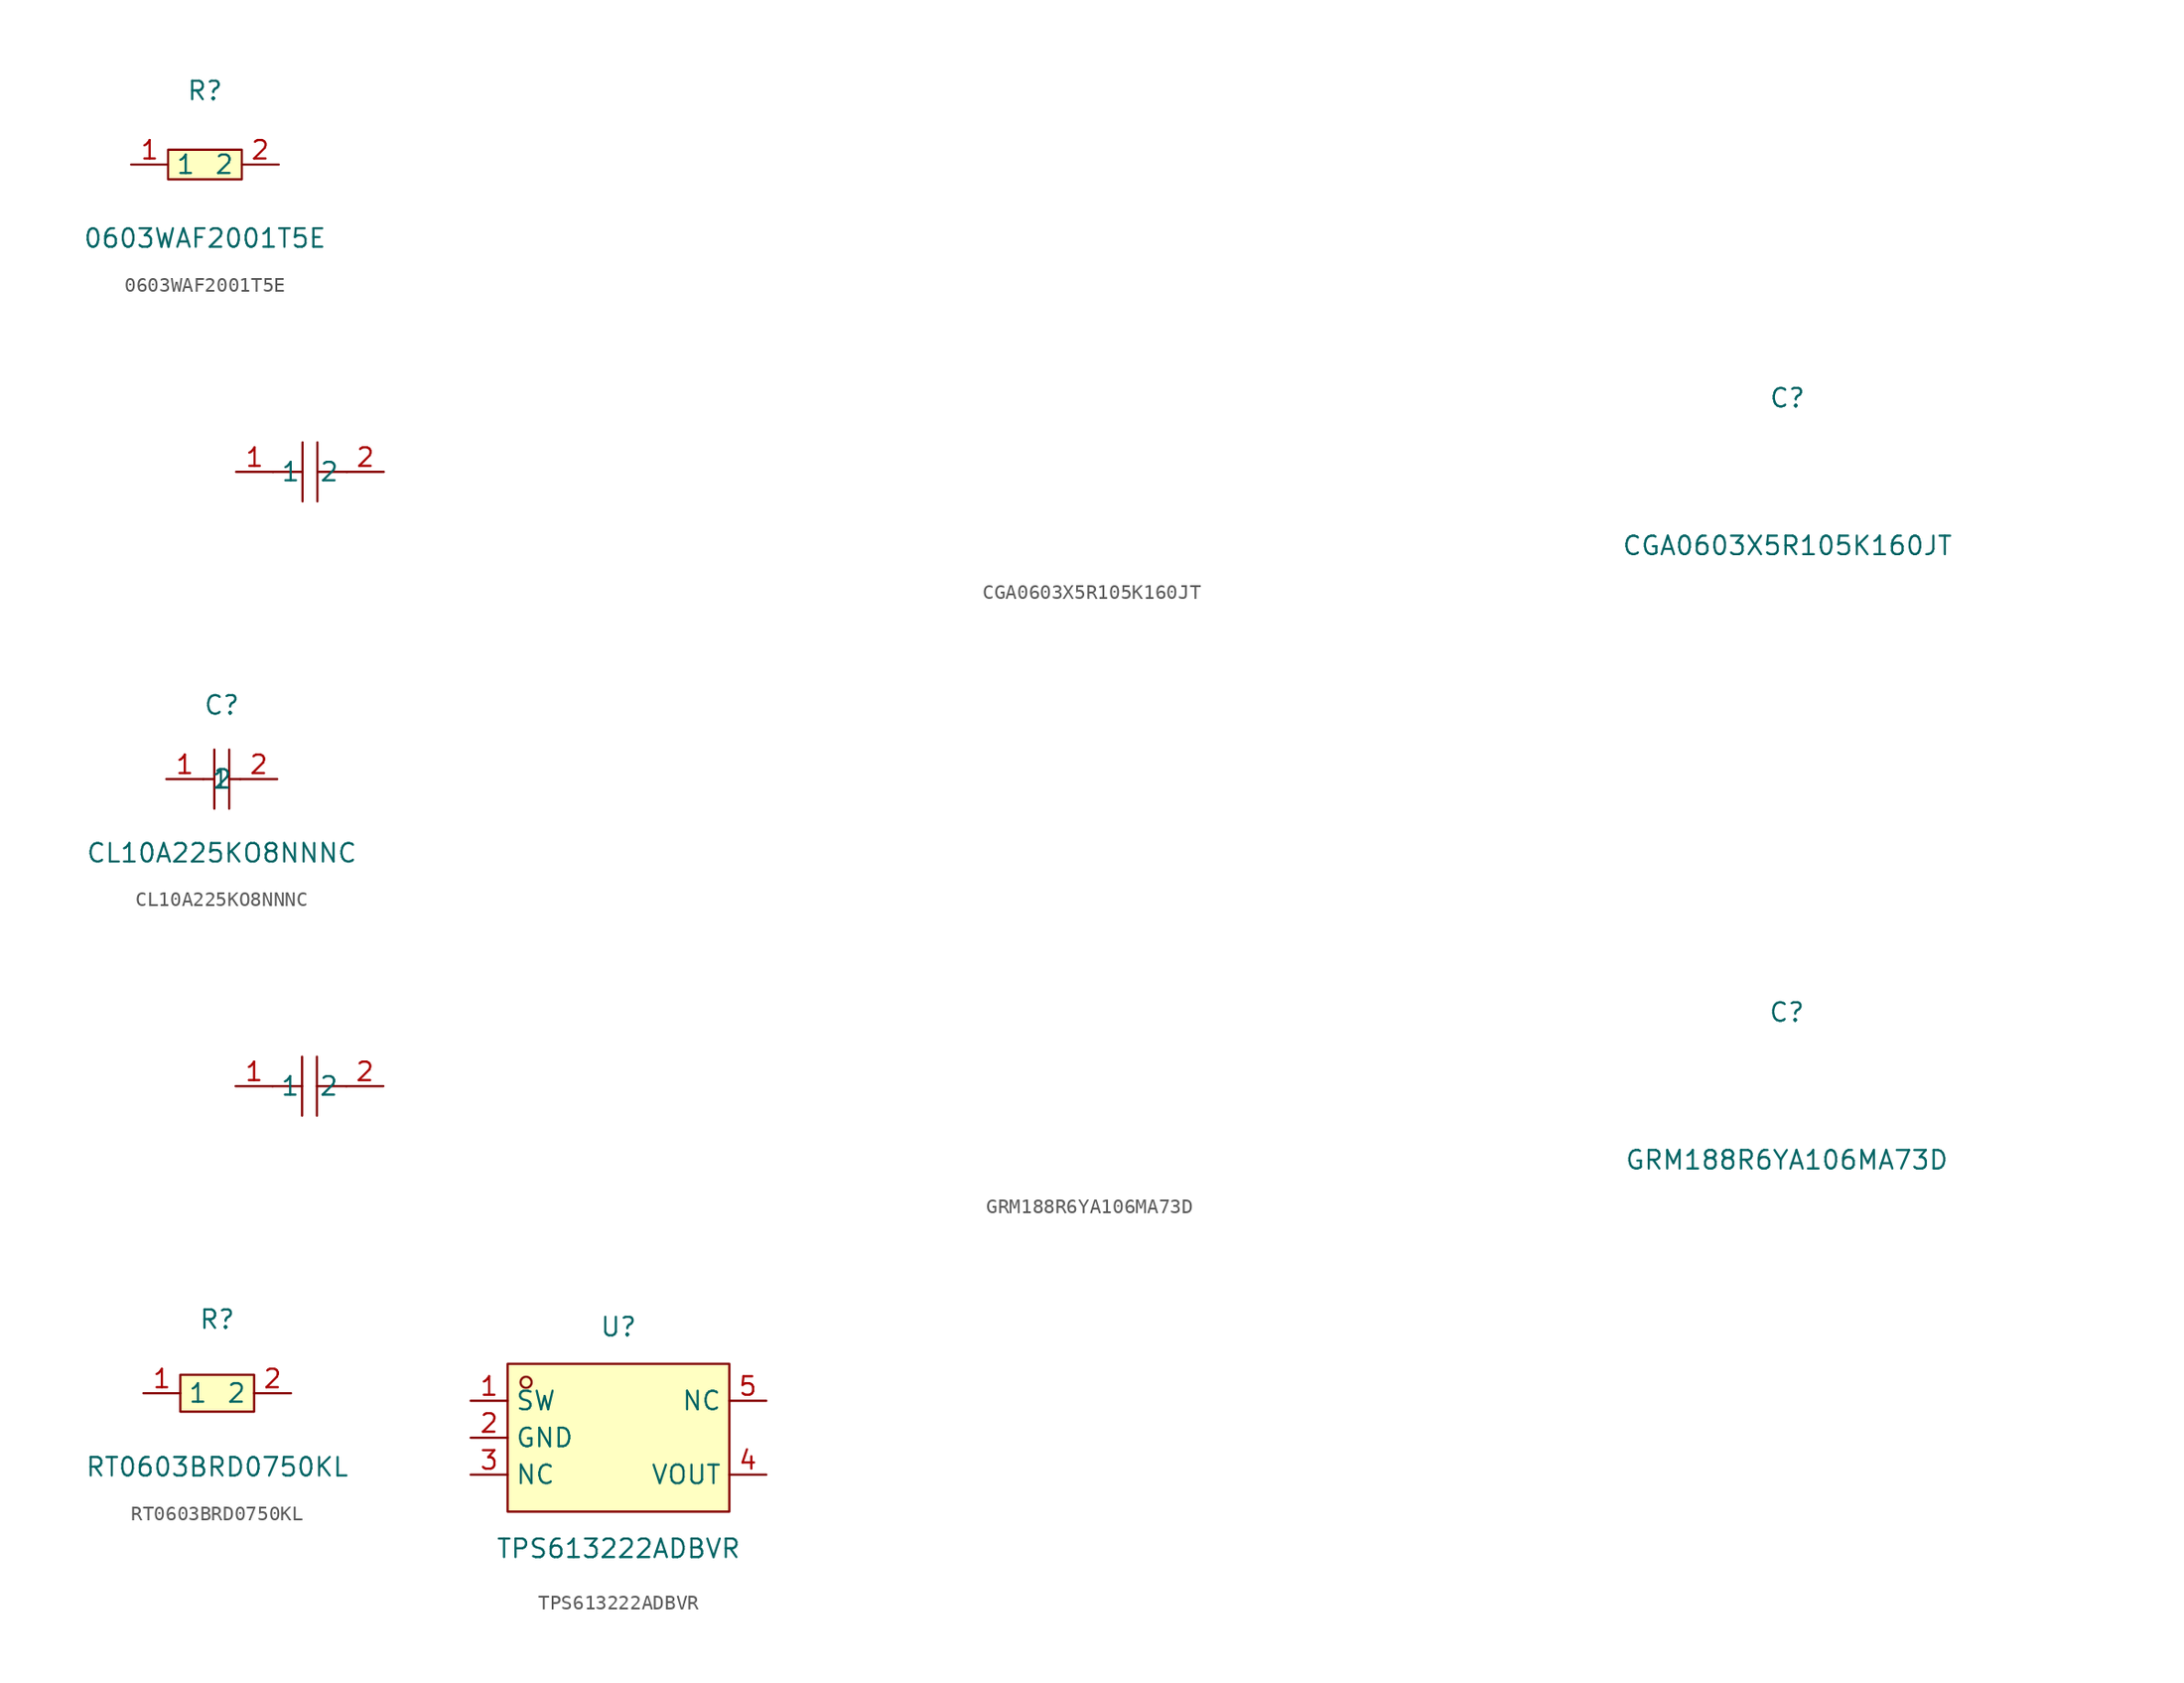
<source format=kicad_sym>
(kicad_symbol_lib
  (version 20211014)
  (generator https://github.com/uPesy/easyeda2kicad.py)
  (symbol "0603WAF2001T5E"
    (property "Reference" "R"
      (at 0 5.08 0)
      (effects (font (size 1.27 1.27))))
    (property "Value" "0603WAF2001T5E"
      (at 0 -5.08 0)
      (effects (font (size 1.27 1.27))))
    (symbol "0603WAF2001T5E_0_1"
      (rectangle (start -2.54 1.02) (end 2.54 -1.02) (stroke (width 0) (type default) (color 0 0 0 0)) (fill (type background)))
      (pin input line (at 5.08 -0.00 180) (length 2.54) (name "2" (effects (font (size 1.27 1.27)))) (number "2" (effects (font (size 1.27 1.27)))))
      (pin input line (at -5.08 -0.00 0) (length 2.54) (name "1" (effects (font (size 1.27 1.27)))) (number "1" (effects (font (size 1.27 1.27)))))))
  (symbol "CGA0603X5R105K160JT"
    (property "Reference" "C"
      (at 0 81.28 0)
      (effects (font (size 1.27 1.27))))
    (property "Value" "CGA0603X5R105K160JT"
      (at 0 71.12 0)
      (effects (font (size 1.27 1.27))))
    (symbol "CGA0603X5R105K160JT_0_1"
      (polyline (pts (xy -102.11 74.17) (xy -102.11 78.23)) (stroke (width 0) (type default) (color 0 0 0 0)) (fill (type none)))
      (polyline (pts (xy -99.06 76.20) (xy -101.09 76.20)) (stroke (width 0) (type default) (color 0 0 0 0)) (fill (type none)))
      (polyline (pts (xy -101.09 78.23) (xy -101.09 74.17)) (stroke (width 0) (type default) (color 0 0 0 0)) (fill (type none)))
      (polyline (pts (xy -102.11 76.20) (xy -104.14 76.20)) (stroke (width 0) (type default) (color 0 0 0 0)) (fill (type none)))
      (pin unspecified line (at -106.68 76.20 0) (length 2.54) (name "1" (effects (font (size 1.27 1.27)))) (number "1" (effects (font (size 1.27 1.27)))))
      (pin unspecified line (at -96.52 76.20 180) (length 2.54) (name "2" (effects (font (size 1.27 1.27)))) (number "2" (effects (font (size 1.27 1.27)))))))
  (symbol "CL10A225KO8NNNC"
    (property "Reference" "C"
      (at 0 5.08 0)
      (effects (font (size 1.27 1.27))))
    (property "Value" "CL10A225KO8NNNC"
      (at 0 -5.08 0)
      (effects (font (size 1.27 1.27))))
    (symbol "CL10A225KO8NNNC_0_1"
      (polyline (pts (xy -0.51 2.03) (xy -0.51 -2.03)) (stroke (width 0) (type default) (color 0 0 0 0)) (fill (type none)))
      (polyline (pts (xy 0.51 2.03) (xy 0.51 -2.03)) (stroke (width 0) (type default) (color 0 0 0 0)) (fill (type none)))
      (polyline (pts (xy -1.27 -0.00) (xy -0.51 -0.00)) (stroke (width 0) (type default) (color 0 0 0 0)) (fill (type none)))
      (polyline (pts (xy 0.51 -0.00) (xy 1.27 -0.00)) (stroke (width 0) (type default) (color 0 0 0 0)) (fill (type none)))
      (pin input line (at -3.81 -0.00 0) (length 2.54) (name "1" (effects (font (size 1.27 1.27)))) (number "1" (effects (font (size 1.27 1.27)))))
      (pin input line (at 3.81 -0.00 180) (length 2.54) (name "2" (effects (font (size 1.27 1.27)))) (number "2" (effects (font (size 1.27 1.27)))))))
  (symbol "GRM188R6YA106MA73D"
    (property "Reference" "C"
      (at 0 81.28 0)
      (effects (font (size 1.27 1.27))))
    (property "Value" "GRM188R6YA106MA73D"
      (at 0 71.12 0)
      (effects (font (size 1.27 1.27))))
    (symbol "GRM188R6YA106MA73D_0_1"
      (polyline (pts (xy -102.11 74.17) (xy -102.11 78.23)) (stroke (width 0) (type default) (color 0 0 0 0)) (fill (type none)))
      (polyline (pts (xy -99.06 76.20) (xy -101.09 76.20)) (stroke (width 0) (type default) (color 0 0 0 0)) (fill (type none)))
      (polyline (pts (xy -101.09 78.23) (xy -101.09 74.17)) (stroke (width 0) (type default) (color 0 0 0 0)) (fill (type none)))
      (polyline (pts (xy -102.11 76.20) (xy -104.14 76.20)) (stroke (width 0) (type default) (color 0 0 0 0)) (fill (type none)))
      (pin unspecified line (at -106.68 76.20 0) (length 2.54) (name "1" (effects (font (size 1.27 1.27)))) (number "1" (effects (font (size 1.27 1.27)))))
      (pin unspecified line (at -96.52 76.20 180) (length 2.54) (name "2" (effects (font (size 1.27 1.27)))) (number "2" (effects (font (size 1.27 1.27)))))))
  (symbol "RT0603BRD0750KL"
    (property "Reference" "R"
      (at 0 5.08 0)
      (effects (font (size 1.27 1.27))))
    (property "Value" "RT0603BRD0750KL"
      (at 0 -5.08 0)
      (effects (font (size 1.27 1.27))))
    (symbol "RT0603BRD0750KL_0_1"
      (rectangle (start -2.54 1.27) (end 2.54 -1.27) (stroke (width 0) (type default) (color 0 0 0 0)) (fill (type background)))
      (pin unspecified line (at 5.08 -0.00 180) (length 2.54) (name "2" (effects (font (size 1.27 1.27)))) (number "2" (effects (font (size 1.27 1.27)))))
      (pin unspecified line (at -5.08 -0.00 0) (length 2.54) (name "1" (effects (font (size 1.27 1.27)))) (number "1" (effects (font (size 1.27 1.27)))))))
  (symbol "TPS613222ADBVR"
    (property "Reference" "U"
      (at 0 7.62 0)
      (effects (font (size 1.27 1.27))))
    (property "Value" "TPS613222ADBVR"
      (at 0 -7.62 0)
      (effects (font (size 1.27 1.27))))
    (symbol "TPS613222ADBVR_0_1"
      (rectangle (start -7.62 5.08) (end 7.62 -5.08) (stroke (width 0) (type default) (color 0 0 0 0)) (fill (type background)))
      (circle (center -6.35 3.81) (radius 0.38) (stroke (width 0) (type default) (color 0 0 0 0)) (fill (type none)))
      (pin unspecified line (at -10.16 2.54 0) (length 2.54) (name "SW" (effects (font (size 1.27 1.27)))) (number "1" (effects (font (size 1.27 1.27)))))
      (pin unspecified line (at -10.16 -0.00 0) (length 2.54) (name "GND" (effects (font (size 1.27 1.27)))) (number "2" (effects (font (size 1.27 1.27)))))
      (pin unspecified line (at -10.16 -2.54 0) (length 2.54) (name "NC" (effects (font (size 1.27 1.27)))) (number "3" (effects (font (size 1.27 1.27)))))
      (pin unspecified line (at 10.16 2.54 180) (length 2.54) (name "NC" (effects (font (size 1.27 1.27)))) (number "5" (effects (font (size 1.27 1.27)))))
      (pin unspecified line (at 10.16 -2.54 180) (length 2.54) (name "VOUT" (effects (font (size 1.27 1.27)))) (number "4" (effects (font (size 1.27 1.27))))))))
</source>
